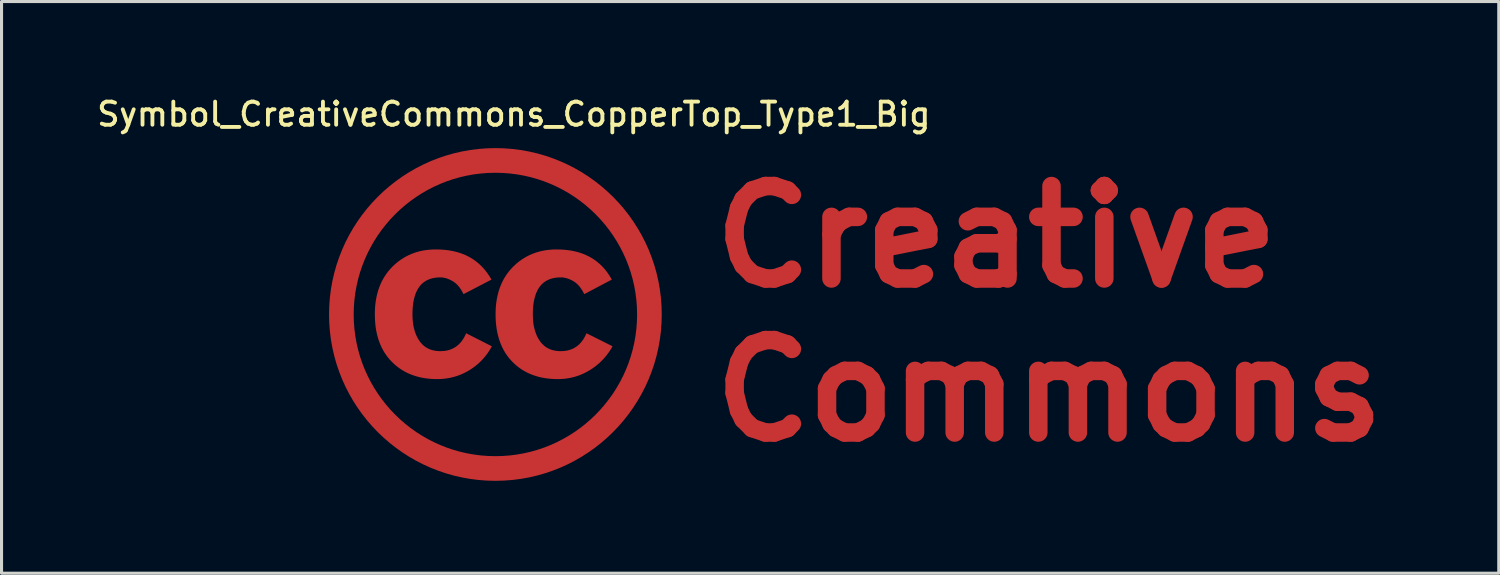
<source format=kicad_pcb>
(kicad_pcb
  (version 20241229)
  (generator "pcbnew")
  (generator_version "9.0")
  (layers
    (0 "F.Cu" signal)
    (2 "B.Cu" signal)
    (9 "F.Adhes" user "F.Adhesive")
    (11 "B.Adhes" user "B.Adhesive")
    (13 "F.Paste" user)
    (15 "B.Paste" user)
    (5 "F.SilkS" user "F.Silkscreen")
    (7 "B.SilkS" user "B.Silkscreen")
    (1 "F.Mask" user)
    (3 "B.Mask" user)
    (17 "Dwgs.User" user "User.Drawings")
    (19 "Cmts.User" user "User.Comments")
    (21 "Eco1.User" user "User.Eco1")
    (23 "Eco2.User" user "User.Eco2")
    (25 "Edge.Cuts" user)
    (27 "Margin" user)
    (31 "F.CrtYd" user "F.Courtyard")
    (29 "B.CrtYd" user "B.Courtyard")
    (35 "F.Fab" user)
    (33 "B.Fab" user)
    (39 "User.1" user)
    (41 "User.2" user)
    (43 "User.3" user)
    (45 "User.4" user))
  (footprint "Symbol_CreativeCommons_CopperTop_Type1_Big"
    (layer "F.Cu")
    (at 13.031 7.158)
    (property "Reference" "Symbol_CreativeCommons_CopperTop_Type1_Big" (at 0.599 -6.5 0) (layer "F.SilkS") (effects (font (size 0.75 0.75) (thickness 0.125))))
    (attr exclude_from_pos_files exclude_from_bom allow_missing_courtyard)
    (fp_circle (center 0 0) (end 5 0) (stroke (width 0.8) (type default)) (fill no) (layer "F.Cu"))
    (fp_poly (pts (xy -1.775 -2.107) (xy -1.626 -2.096) (xy -1.483 -2.077) (xy -1.345 -2.05) (xy -1.213 -2.016) (xy -1.086 -1.974) (xy -0.965 -1.924) (xy -0.85 -1.867) (xy -0.74 -1.802) (xy -0.636 -1.729) (xy -0.537 -1.648) (xy -0.444 -1.56) (xy -0.357 -1.465) (xy -0.275 -1.361) (xy -0.198 -1.25) (xy -0.127 -1.132) (xy -0.127 -1.132) (xy -1.035 -0.66) (xy -1.053 -0.697) (xy -1.072 -0.733) (xy -1.092 -0.767) (xy -1.111 -0.8) (xy -1.132 -0.831) (xy -1.153 -0.861) (xy -1.174 -0.89) (xy -1.196 -0.917) (xy -1.219 -0.943) (xy -1.242 -0.967) (xy -1.266 -0.99) (xy -1.29 -1.011) (xy -1.314 -1.032) (xy -1.34 -1.05) (xy -1.365 -1.067) (xy -1.391 -1.083) (xy -1.418 -1.098) (xy -1.444 -1.112) (xy -1.47 -1.124) (xy -1.495 -1.136) (xy -1.521 -1.147) (xy -1.546 -1.157) (xy -1.571 -1.166) (xy -1.596 -1.174) (xy -1.62 -1.181) (xy -1.644 -1.187) (xy -1.668 -1.192) (xy -1.692 -1.197) (xy -1.715 -1.2) (xy -1.739 -1.202) (xy -1.762 -1.204) (xy -1.785 -1.204) (xy -1.84 -1.203) (xy -1.894 -1.199) (xy -1.947 -1.194) (xy -1.997 -1.185) (xy -2.046 -1.175) (xy -2.093 -1.162) (xy -2.138 -1.147) (xy -2.181 -1.129) (xy -2.223 -1.109) (xy -2.263 -1.087) (xy -2.301 -1.063) (xy -2.337 -1.036) (xy -2.372 -1.007) (xy -2.405 -0.975) (xy -2.436 -0.941) (xy -2.465 -0.905) (xy -2.492 -0.866) (xy -2.518 -0.825) (xy -2.542 -0.782) (xy -2.564 -0.736) (xy -2.585 -0.689) (xy -2.603 -0.638) (xy -2.62 -0.586) (xy -2.635 -0.531) (xy -2.648 -0.473) (xy -2.66 -0.414) (xy -2.67 -0.352) (xy -2.678 -0.287) (xy -2.684 -0.221) (xy -2.688 -0.152) (xy -2.691 -0.08) (xy -2.692 -0.007) (xy -2.691 0.06) (xy -2.688 0.126) (xy -2.684 0.19) (xy -2.677 0.252) (xy -2.669 0.312) (xy -2.66 0.371) (xy -2.648 0.428) (xy -2.634 0.483) (xy -2.619 0.536) (xy -2.602 0.588) (xy -2.583 0.638) (xy -2.563 0.687) (xy -2.54 0.734) (xy -2.516 0.779) (xy -2.49 0.822) (xy -2.462 0.864) (xy -2.433 0.903) (xy -2.401 0.94) (xy -2.368 0.975) (xy -2.334 1.007) (xy -2.316 1.022) (xy -2.297 1.036) (xy -2.278 1.05) (xy -2.259 1.063) (xy -2.239 1.075) (xy -2.219 1.087) (xy -2.199 1.098) (xy -2.178 1.109) (xy -2.135 1.128) (xy -2.09 1.145) (xy -2.043 1.159) (xy -1.995 1.17) (xy -1.945 1.179) (xy -1.893 1.186) (xy -1.84 1.189) (xy -1.785 1.191) (xy -1.712 1.188) (xy -1.642 1.182) (xy -1.575 1.17) (xy -1.51 1.154) (xy -1.448 1.134) (xy -1.389 1.109) (xy -1.333 1.079) (xy -1.28 1.045) (xy -1.229 1.007) (xy -1.181 0.964) (xy -1.135 0.916) (xy -1.093 0.864) (xy -1.053 0.807) (xy -1.016 0.746) (xy -0.981 0.68) (xy -0.95 0.61) (xy -0.115 1.033) (xy -0.149 1.095) (xy -0.185 1.154) (xy -0.222 1.212) (xy -0.261 1.268) (xy -0.302 1.323) (xy -0.344 1.376) (xy -0.388 1.427) (xy -0.433 1.477) (xy -0.48 1.524) (xy -0.528 1.571) (xy -0.578 1.615) (xy -0.63 1.658) (xy -0.684 1.7) (xy -0.739 1.739) (xy -0.795 1.777) (xy -0.853 1.814) (xy -0.913 1.848) (xy -0.973 1.88) (xy -1.033 1.91) (xy -1.095 1.938) (xy -1.157 1.964) (xy -1.22 1.987) (xy -1.284 2.008) (xy -1.349 2.027) (xy -1.414 2.043) (xy -1.481 2.058) (xy -1.547 2.07) (xy -1.615 2.08) (xy -1.684 2.088) (xy -1.753 2.093) (xy -1.823 2.097) (xy -1.893 2.098) (xy -2.005 2.096) (xy -2.115 2.089) (xy -2.221 2.078) (xy -2.325 2.063) (xy -2.426 2.044) (xy -2.524 2.02) (xy -2.62 1.991) (xy -2.713 1.959) (xy -2.803 1.922) (xy -2.89 1.881) (xy -2.975 1.835) (xy -3.057 1.785) (xy -3.136 1.731) (xy -3.213 1.672) (xy -3.286 1.609) (xy -3.357 1.541) (xy -3.424 1.47) (xy -3.487 1.396) (xy -3.546 1.317) (xy -3.6 1.236) (xy -3.65 1.151) (xy -3.696 1.063) (xy -3.737 0.971) (xy -3.774 0.876) (xy -3.807 0.778) (xy -3.835 0.676) (xy -3.859 0.571) (xy -3.879 0.462) (xy -3.894 0.35) (xy -3.905 0.235) (xy -3.911 0.116) (xy -3.913 -0.007) (xy -3.911 -0.126) (xy -3.905 -0.242) (xy -3.894 -0.355) (xy -3.878 -0.465) (xy -3.858 -0.572) (xy -3.834 -0.676) (xy -3.806 -0.777) (xy -3.773 -0.874) (xy -3.735 -0.969) (xy -3.694 -1.06) (xy -3.647 -1.148) (xy -3.597 -1.233) (xy -3.542 -1.315) (xy -3.483 -1.394) (xy -3.419 -1.47) (xy -3.351 -1.543) (xy -3.28 -1.611) (xy -3.206 -1.676) (xy -3.13 -1.736) (xy -3.051 -1.791) (xy -2.971 -1.842) (xy -2.888 -1.889) (xy -2.802 -1.931) (xy -2.714 -1.969) (xy -2.625 -2.002) (xy -2.532 -2.031) (xy -2.438 -2.056) (xy -2.341 -2.076) (xy -2.241 -2.091) (xy -2.14 -2.102) (xy -2.036 -2.109) (xy -1.93 -2.111)) (stroke (width 0) (type solid)) (fill yes) (layer "F.Cu"))
    (fp_poly (pts (xy 2.144 -2.107) (xy 2.292 -2.096) (xy 2.435 -2.077) (xy 2.573 -2.05) (xy 2.705 -2.016) (xy 2.831 -1.974) (xy 2.951 -1.924) (xy 3.066 -1.867) (xy 3.175 -1.802) (xy 3.278 -1.729) (xy 3.376 -1.648) (xy 3.468 -1.56) (xy 3.554 -1.465) (xy 3.635 -1.361) (xy 3.71 -1.25) (xy 3.779 -1.132) (xy 3.779 -1.132) (xy 2.884 -0.66) (xy 2.866 -0.697) (xy 2.847 -0.733) (xy 2.828 -0.767) (xy 2.808 -0.8) (xy 2.787 -0.831) (xy 2.766 -0.861) (xy 2.745 -0.89) (xy 2.722 -0.917) (xy 2.7 -0.943) (xy 2.677 -0.967) (xy 2.653 -0.99) (xy 2.629 -1.011) (xy 2.604 -1.032) (xy 2.579 -1.05) (xy 2.554 -1.067) (xy 2.527 -1.083) (xy 2.501 -1.098) (xy 2.475 -1.112) (xy 2.449 -1.124) (xy 2.423 -1.136) (xy 2.397 -1.147) (xy 2.371 -1.157) (xy 2.345 -1.166) (xy 2.32 -1.174) (xy 2.295 -1.181) (xy 2.27 -1.187) (xy 2.245 -1.192) (xy 2.22 -1.197) (xy 2.195 -1.2) (xy 2.171 -1.202) (xy 2.146 -1.204) (xy 2.122 -1.204) (xy 2.067 -1.203) (xy 2.012 -1.199) (xy 1.96 -1.194) (xy 1.91 -1.185) (xy 1.861 -1.175) (xy 1.814 -1.162) (xy 1.769 -1.147) (xy 1.725 -1.129) (xy 1.684 -1.109) (xy 1.644 -1.087) (xy 1.606 -1.063) (xy 1.569 -1.036) (xy 1.535 -1.007) (xy 1.502 -0.975) (xy 1.471 -0.941) (xy 1.442 -0.905) (xy 1.414 -0.866) (xy 1.389 -0.825) (xy 1.365 -0.782) (xy 1.343 -0.736) (xy 1.322 -0.689) (xy 1.304 -0.638) (xy 1.287 -0.586) (xy 1.272 -0.531) (xy 1.258 -0.473) (xy 1.247 -0.414) (xy 1.237 -0.352) (xy 1.229 -0.287) (xy 1.223 -0.221) (xy 1.218 -0.152) (xy 1.216 -0.08) (xy 1.215 -0.007) (xy 1.216 0.06) (xy 1.219 0.126) (xy 1.223 0.19) (xy 1.229 0.252) (xy 1.237 0.312) (xy 1.247 0.371) (xy 1.259 0.428) (xy 1.272 0.483) (xy 1.288 0.536) (xy 1.305 0.588) (xy 1.324 0.638) (xy 1.344 0.687) (xy 1.367 0.734) (xy 1.391 0.779) (xy 1.417 0.822) (xy 1.445 0.864) (xy 1.474 0.903) (xy 1.506 0.94) (xy 1.539 0.975) (xy 1.556 0.991) (xy 1.573 1.007) (xy 1.591 1.022) (xy 1.61 1.036) (xy 1.628 1.05) (xy 1.648 1.063) (xy 1.667 1.075) (xy 1.687 1.087) (xy 1.708 1.098) (xy 1.729 1.109) (xy 1.772 1.128) (xy 1.817 1.145) (xy 1.864 1.159) (xy 1.912 1.17) (xy 1.962 1.179) (xy 2.014 1.186) (xy 2.067 1.189) (xy 2.122 1.191) (xy 2.195 1.188) (xy 2.265 1.182) (xy 2.332 1.17) (xy 2.397 1.154) (xy 2.458 1.134) (xy 2.517 1.109) (xy 2.574 1.079) (xy 2.627 1.045) (xy 2.678 1.007) (xy 2.726 0.964) (xy 2.771 0.916) (xy 2.814 0.864) (xy 2.854 0.807) (xy 2.891 0.746) (xy 2.925 0.68) (xy 2.957 0.61) (xy 3.803 1.033) (xy 3.768 1.095) (xy 3.731 1.154) (xy 3.692 1.212) (xy 3.652 1.268) (xy 3.611 1.323) (xy 3.567 1.376) (xy 3.523 1.427) (xy 3.477 1.477) (xy 3.429 1.524) (xy 3.38 1.571) (xy 3.329 1.615) (xy 3.277 1.658) (xy 3.224 1.7) (xy 3.168 1.739) (xy 3.112 1.777) (xy 3.054 1.814) (xy 2.994 1.848) (xy 2.934 1.88) (xy 2.874 1.91) (xy 2.812 1.938) (xy 2.751 1.964) (xy 2.688 1.987) (xy 2.625 2.008) (xy 2.561 2.027) (xy 2.496 2.043) (xy 2.431 2.058) (xy 2.365 2.07) (xy 2.298 2.08) (xy 2.231 2.088) (xy 2.163 2.093) (xy 2.095 2.097) (xy 2.026 2.098) (xy 1.912 2.096) (xy 1.802 2.089) (xy 1.694 2.078) (xy 1.589 2.063) (xy 1.487 2.044) (xy 1.388 2.02) (xy 1.292 1.991) (xy 1.199 1.959) (xy 1.108 1.922) (xy 1.021 1.881) (xy 0.936 1.835) (xy 0.854 1.785) (xy 0.776 1.731) (xy 0.7 1.672) (xy 0.627 1.609) (xy 0.556 1.541) (xy 0.49 1.47) (xy 0.427 1.396) (xy 0.369 1.317) (xy 0.315 1.236) (xy 0.266 1.151) (xy 0.221 1.063) (xy 0.18 0.971) (xy 0.143 0.876) (xy 0.111 0.778) (xy 0.083 0.676) (xy 0.059 0.571) (xy 0.04 0.462) (xy 0.025 0.35) (xy 0.014 0.235) (xy 0.008 0.116) (xy 0.006 -0.007) (xy 0.008 -0.126) (xy 0.014 -0.242) (xy 0.025 -0.355) (xy 0.041 -0.465) (xy 0.061 -0.572) (xy 0.085 -0.676) (xy 0.113 -0.777) (xy 0.146 -0.874) (xy 0.184 -0.969) (xy 0.225 -1.06) (xy 0.271 -1.148) (xy 0.322 -1.233) (xy 0.377 -1.315) (xy 0.436 -1.394) (xy 0.5 -1.47) (xy 0.568 -1.543) (xy 0.64 -1.611) (xy 0.713 -1.676) (xy 0.789 -1.736) (xy 0.868 -1.791) (xy 0.949 -1.842) (xy 1.032 -1.889) (xy 1.117 -1.931) (xy 1.205 -1.969) (xy 1.294 -2.002) (xy 1.387 -2.031) (xy 1.481 -2.056) (xy 1.578 -2.076) (xy 1.678 -2.091) (xy 1.779 -2.102) (xy 1.883 -2.109) (xy 1.989 -2.111)) (stroke (width 0) (type solid)) (fill yes) (layer "F.Cu"))
    (fp_text user "Commons" (at 6.8 2.475 0) (unlocked yes) (layer "F.Cu") (effects (font (size 3 3) (thickness 0.6) (bold yes)) (justify left)))
    (fp_text user "Creative" (at 6.8 -2.525 0) (unlocked yes) (layer "F.Cu") (effects (font (size 3 3) (thickness 0.6) (bold yes)) (justify left))))
  (gr_rect
    (start -3 -3)
    (end 45.602 15.558)
    (stroke (width 0.1) (type default))
    (fill no)
    (layer "Edge.Cuts")))
</source>
